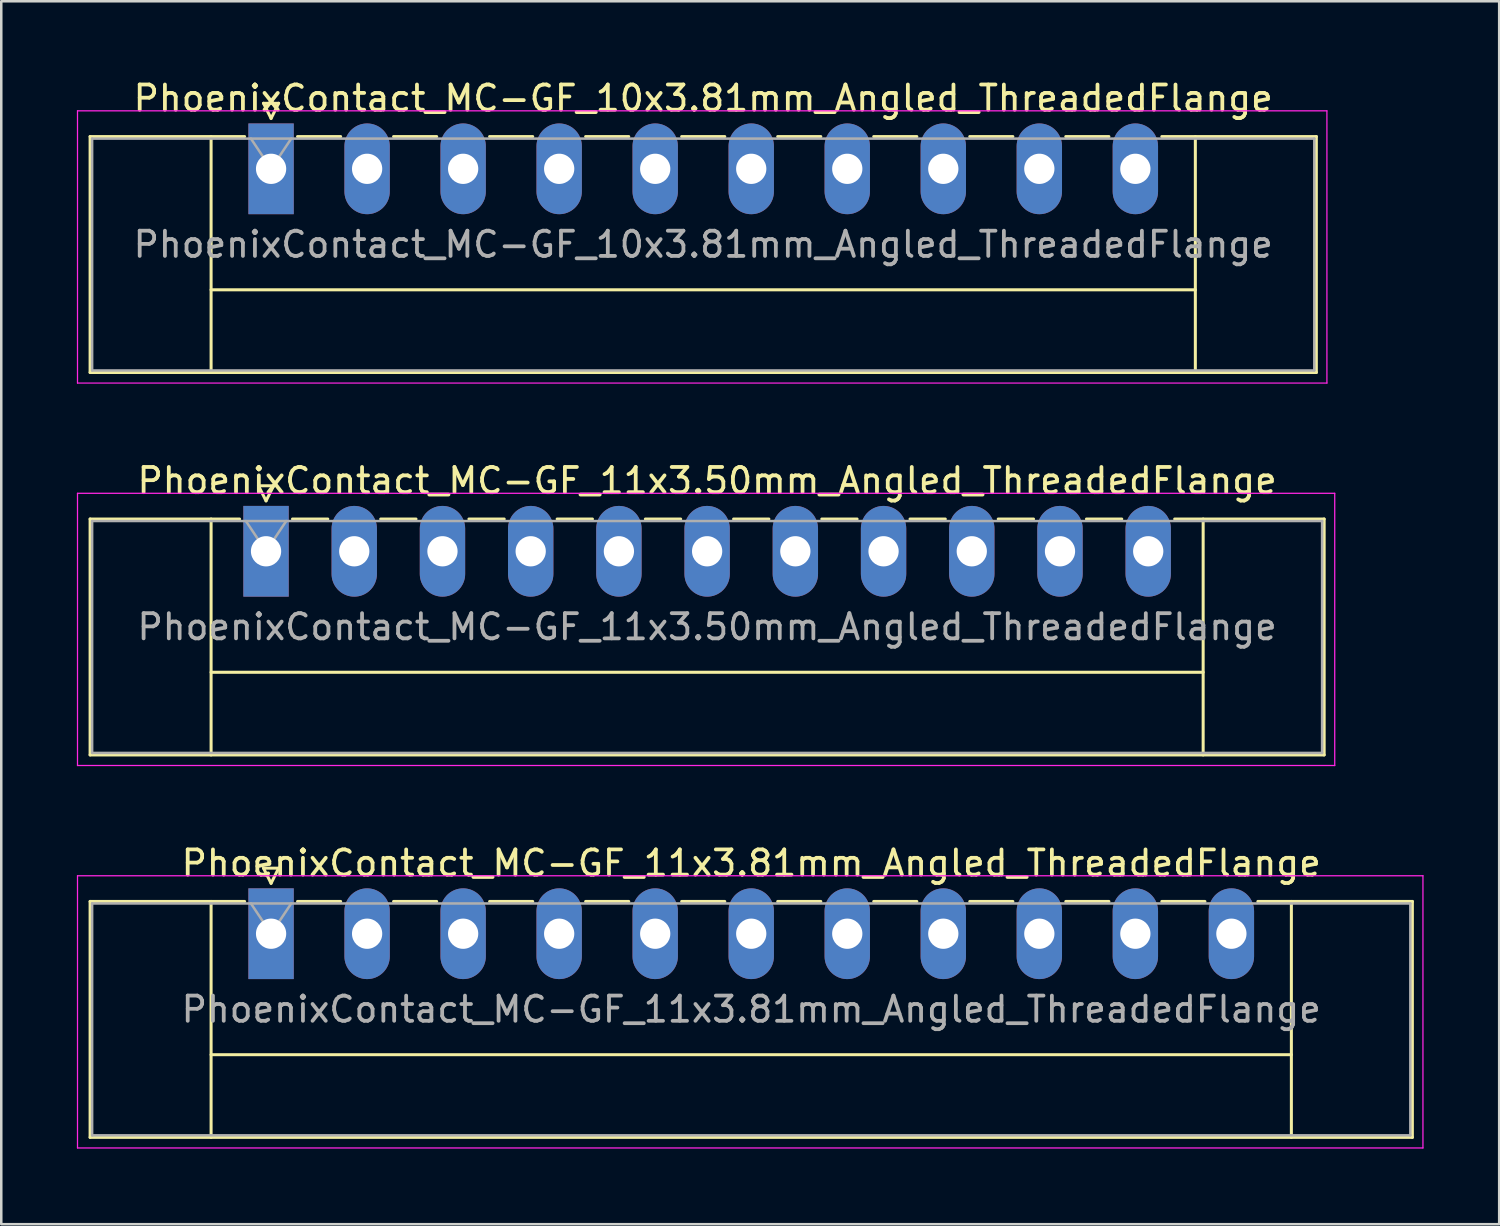
<source format=kicad_pcb>
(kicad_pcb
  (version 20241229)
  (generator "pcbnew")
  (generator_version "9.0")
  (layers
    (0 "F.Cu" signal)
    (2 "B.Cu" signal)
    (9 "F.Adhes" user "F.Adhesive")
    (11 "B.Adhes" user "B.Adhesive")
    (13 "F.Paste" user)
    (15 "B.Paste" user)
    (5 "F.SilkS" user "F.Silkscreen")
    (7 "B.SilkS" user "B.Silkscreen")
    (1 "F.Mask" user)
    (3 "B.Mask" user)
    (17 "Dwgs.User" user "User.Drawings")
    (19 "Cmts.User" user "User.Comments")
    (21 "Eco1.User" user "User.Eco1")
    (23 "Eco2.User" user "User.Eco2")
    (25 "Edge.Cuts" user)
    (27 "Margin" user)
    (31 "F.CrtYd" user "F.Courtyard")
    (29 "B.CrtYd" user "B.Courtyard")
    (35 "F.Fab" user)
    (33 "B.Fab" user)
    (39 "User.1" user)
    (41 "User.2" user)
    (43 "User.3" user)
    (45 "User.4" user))
  (footprint "PhoenixContact_MC-GF_10x3.81mm_Angled_ThreadedFlange"
    (layer "F.Cu")
    (at 7.705 3.648)
    (property "Reference" "PhoenixContact_MC-GF_10x3.81mm_Angled_ThreadedFlange" (at 17.145 -2.8 0) (layer "F.SilkS") (effects (font (size 1 1) (thickness 0.15))))
    (attr through_hole)
    (fp_line (start -7.18 -1.28) (end -7.18 8.08) (stroke (width 0.12) (type solid)) (layer "F.SilkS"))
    (fp_line (start -7.18 -1.28) (end -1.05 -1.28) (stroke (width 0.12) (type solid)) (layer "F.SilkS"))
    (fp_line (start -7.18 8.08) (end 41.47 8.08) (stroke (width 0.12) (type solid)) (layer "F.SilkS"))
    (fp_line (start -2.38 -1.28) (end -2.38 8.08) (stroke (width 0.12) (type solid)) (layer "F.SilkS"))
    (fp_line (start -2.38 4.8) (end 36.67 4.8) (stroke (width 0.12) (type solid)) (layer "F.SilkS"))
    (fp_line (start -0.3 -2.6) (end 0.3 -2.6) (stroke (width 0.12) (type solid)) (layer "F.SilkS"))
    (fp_line (start 0 -2) (end -0.3 -2.6) (stroke (width 0.12) (type solid)) (layer "F.SilkS"))
    (fp_line (start 0.3 -2.6) (end 0 -2) (stroke (width 0.12) (type solid)) (layer "F.SilkS"))
    (fp_line (start 1.05 -1.28) (end 2.76 -1.28) (stroke (width 0.12) (type solid)) (layer "F.SilkS"))
    (fp_line (start 4.86 -1.28) (end 6.57 -1.28) (stroke (width 0.12) (type solid)) (layer "F.SilkS"))
    (fp_line (start 8.67 -1.28) (end 10.38 -1.28) (stroke (width 0.12) (type solid)) (layer "F.SilkS"))
    (fp_line (start 12.48 -1.28) (end 14.19 -1.28) (stroke (width 0.12) (type solid)) (layer "F.SilkS"))
    (fp_line (start 16.29 -1.28) (end 18 -1.28) (stroke (width 0.12) (type solid)) (layer "F.SilkS"))
    (fp_line (start 20.1 -1.28) (end 21.81 -1.28) (stroke (width 0.12) (type solid)) (layer "F.SilkS"))
    (fp_line (start 23.91 -1.28) (end 25.62 -1.28) (stroke (width 0.12) (type solid)) (layer "F.SilkS"))
    (fp_line (start 27.72 -1.28) (end 29.43 -1.28) (stroke (width 0.12) (type solid)) (layer "F.SilkS"))
    (fp_line (start 31.53 -1.28) (end 33.24 -1.28) (stroke (width 0.12) (type solid)) (layer "F.SilkS"))
    (fp_line (start 36.67 -1.28) (end 36.67 8.08) (stroke (width 0.12) (type solid)) (layer "F.SilkS"))
    (fp_line (start 41.47 -1.28) (end 35.34 -1.28) (stroke (width 0.12) (type solid)) (layer "F.SilkS"))
    (fp_line (start 41.47 8.08) (end 41.47 -1.28) (stroke (width 0.12) (type solid)) (layer "F.SilkS"))
    (fp_line (start -7.68 -2.3) (end -7.68 8.5) (stroke (width 0.05) (type solid)) (layer "F.CrtYd"))
    (fp_line (start -7.68 8.5) (end 41.89 8.5) (stroke (width 0.05) (type solid)) (layer "F.CrtYd"))
    (fp_line (start 41.89 -2.3) (end -7.68 -2.3) (stroke (width 0.05) (type solid)) (layer "F.CrtYd"))
    (fp_line (start 41.89 8.5) (end 41.89 -2.3) (stroke (width 0.05) (type solid)) (layer "F.CrtYd"))
    (fp_line (start -7.1 -1.2) (end -7.1 8) (stroke (width 0.1) (type solid)) (layer "F.Fab"))
    (fp_line (start -7.1 8) (end 41.39 8) (stroke (width 0.1) (type solid)) (layer "F.Fab"))
    (fp_line (start 0 0) (end -0.8 -1.2) (stroke (width 0.1) (type solid)) (layer "F.Fab"))
    (fp_line (start 0.8 -1.2) (end 0 0) (stroke (width 0.1) (type solid)) (layer "F.Fab"))
    (fp_line (start 41.39 -1.2) (end -7.1 -1.2) (stroke (width 0.1) (type solid)) (layer "F.Fab"))
    (fp_line (start 41.39 8) (end 41.39 -1.2) (stroke (width 0.1) (type solid)) (layer "F.Fab"))
    (fp_text user "${REFERENCE}" (at 17.145 3 0) (layer "F.Fab") (effects (font (size 1 1) (thickness 0.15))))
    (pad "1" thru_hole rect (at 0 0) (size 1.8 3.6) (drill 1.2) (layers "*.Cu" "*.Mask"))
    (pad "2" thru_hole oval (at 3.81 0) (size 1.8 3.6) (drill 1.2) (layers "*.Cu" "*.Mask"))
    (pad "3" thru_hole oval (at 7.62 0) (size 1.8 3.6) (drill 1.2) (layers "*.Cu" "*.Mask"))
    (pad "4" thru_hole oval (at 11.43 0) (size 1.8 3.6) (drill 1.2) (layers "*.Cu" "*.Mask"))
    (pad "5" thru_hole oval (at 15.24 0) (size 1.8 3.6) (drill 1.2) (layers "*.Cu" "*.Mask"))
    (pad "6" thru_hole oval (at 19.05 0) (size 1.8 3.6) (drill 1.2) (layers "*.Cu" "*.Mask"))
    (pad "7" thru_hole oval (at 22.86 0) (size 1.8 3.6) (drill 1.2) (layers "*.Cu" "*.Mask"))
    (pad "8" thru_hole oval (at 26.67 0) (size 1.8 3.6) (drill 1.2) (layers "*.Cu" "*.Mask"))
    (pad "9" thru_hole oval (at 30.48 0) (size 1.8 3.6) (drill 1.2) (layers "*.Cu" "*.Mask"))
    (pad "10" thru_hole oval (at 34.29 0) (size 1.8 3.6) (drill 1.2) (layers "*.Cu" "*.Mask")))
  (footprint "PhoenixContact_MC-GF_11x3.50mm_Angled_ThreadedFlange"
    (layer "F.Cu")
    (at 7.505 18.822)
    (property "Reference" "PhoenixContact_MC-GF_11x3.50mm_Angled_ThreadedFlange" (at 17.5 -2.8 0) (layer "F.SilkS") (effects (font (size 1 1) (thickness 0.15))))
    (attr through_hole)
    (fp_line (start -6.98 -1.28) (end -6.98 8.08) (stroke (width 0.12) (type solid)) (layer "F.SilkS"))
    (fp_line (start -6.98 -1.28) (end -1.05 -1.28) (stroke (width 0.12) (type solid)) (layer "F.SilkS"))
    (fp_line (start -6.98 8.08) (end 41.98 8.08) (stroke (width 0.12) (type solid)) (layer "F.SilkS"))
    (fp_line (start -2.18 -1.28) (end -2.18 8.08) (stroke (width 0.12) (type solid)) (layer "F.SilkS"))
    (fp_line (start -2.18 4.8) (end 37.18 4.8) (stroke (width 0.12) (type solid)) (layer "F.SilkS"))
    (fp_line (start -0.3 -2.6) (end 0.3 -2.6) (stroke (width 0.12) (type solid)) (layer "F.SilkS"))
    (fp_line (start 0 -2) (end -0.3 -2.6) (stroke (width 0.12) (type solid)) (layer "F.SilkS"))
    (fp_line (start 0.3 -2.6) (end 0 -2) (stroke (width 0.12) (type solid)) (layer "F.SilkS"))
    (fp_line (start 1.05 -1.28) (end 2.45 -1.28) (stroke (width 0.12) (type solid)) (layer "F.SilkS"))
    (fp_line (start 4.55 -1.28) (end 5.95 -1.28) (stroke (width 0.12) (type solid)) (layer "F.SilkS"))
    (fp_line (start 8.05 -1.28) (end 9.45 -1.28) (stroke (width 0.12) (type solid)) (layer "F.SilkS"))
    (fp_line (start 11.55 -1.28) (end 12.95 -1.28) (stroke (width 0.12) (type solid)) (layer "F.SilkS"))
    (fp_line (start 15.05 -1.28) (end 16.45 -1.28) (stroke (width 0.12) (type solid)) (layer "F.SilkS"))
    (fp_line (start 18.55 -1.28) (end 19.95 -1.28) (stroke (width 0.12) (type solid)) (layer "F.SilkS"))
    (fp_line (start 22.05 -1.28) (end 23.45 -1.28) (stroke (width 0.12) (type solid)) (layer "F.SilkS"))
    (fp_line (start 25.55 -1.28) (end 26.95 -1.28) (stroke (width 0.12) (type solid)) (layer "F.SilkS"))
    (fp_line (start 29.05 -1.28) (end 30.45 -1.28) (stroke (width 0.12) (type solid)) (layer "F.SilkS"))
    (fp_line (start 32.55 -1.28) (end 33.95 -1.28) (stroke (width 0.12) (type solid)) (layer "F.SilkS"))
    (fp_line (start 37.18 -1.28) (end 37.18 8.08) (stroke (width 0.12) (type solid)) (layer "F.SilkS"))
    (fp_line (start 41.98 -1.28) (end 36.05 -1.28) (stroke (width 0.12) (type solid)) (layer "F.SilkS"))
    (fp_line (start 41.98 8.08) (end 41.98 -1.28) (stroke (width 0.12) (type solid)) (layer "F.SilkS"))
    (fp_line (start -7.48 -2.3) (end -7.48 8.5) (stroke (width 0.05) (type solid)) (layer "F.CrtYd"))
    (fp_line (start -7.48 8.5) (end 42.4 8.5) (stroke (width 0.05) (type solid)) (layer "F.CrtYd"))
    (fp_line (start 42.4 -2.3) (end -7.48 -2.3) (stroke (width 0.05) (type solid)) (layer "F.CrtYd"))
    (fp_line (start 42.4 8.5) (end 42.4 -2.3) (stroke (width 0.05) (type solid)) (layer "F.CrtYd"))
    (fp_line (start -6.9 -1.2) (end -6.9 8) (stroke (width 0.1) (type solid)) (layer "F.Fab"))
    (fp_line (start -6.9 8) (end 41.9 8) (stroke (width 0.1) (type solid)) (layer "F.Fab"))
    (fp_line (start 0 0) (end -0.8 -1.2) (stroke (width 0.1) (type solid)) (layer "F.Fab"))
    (fp_line (start 0.8 -1.2) (end 0 0) (stroke (width 0.1) (type solid)) (layer "F.Fab"))
    (fp_line (start 41.9 -1.2) (end -6.9 -1.2) (stroke (width 0.1) (type solid)) (layer "F.Fab"))
    (fp_line (start 41.9 8) (end 41.9 -1.2) (stroke (width 0.1) (type solid)) (layer "F.Fab"))
    (fp_text user "${REFERENCE}" (at 17.5 3 0) (layer "F.Fab") (effects (font (size 1 1) (thickness 0.15))))
    (pad "1" thru_hole rect (at 0 0) (size 1.8 3.6) (drill 1.2) (layers "*.Cu" "*.Mask"))
    (pad "2" thru_hole oval (at 3.5 0) (size 1.8 3.6) (drill 1.2) (layers "*.Cu" "*.Mask"))
    (pad "3" thru_hole oval (at 7 0) (size 1.8 3.6) (drill 1.2) (layers "*.Cu" "*.Mask"))
    (pad "4" thru_hole oval (at 10.5 0) (size 1.8 3.6) (drill 1.2) (layers "*.Cu" "*.Mask"))
    (pad "5" thru_hole oval (at 14 0) (size 1.8 3.6) (drill 1.2) (layers "*.Cu" "*.Mask"))
    (pad "6" thru_hole oval (at 17.5 0) (size 1.8 3.6) (drill 1.2) (layers "*.Cu" "*.Mask"))
    (pad "7" thru_hole oval (at 21 0) (size 1.8 3.6) (drill 1.2) (layers "*.Cu" "*.Mask"))
    (pad "8" thru_hole oval (at 24.5 0) (size 1.8 3.6) (drill 1.2) (layers "*.Cu" "*.Mask"))
    (pad "9" thru_hole oval (at 28 0) (size 1.8 3.6) (drill 1.2) (layers "*.Cu" "*.Mask"))
    (pad "10" thru_hole oval (at 31.5 0) (size 1.8 3.6) (drill 1.2) (layers "*.Cu" "*.Mask"))
    (pad "11" thru_hole oval (at 35 0) (size 1.8 3.6) (drill 1.2) (layers "*.Cu" "*.Mask")))
  (footprint "PhoenixContact_MC-GF_11x3.81mm_Angled_ThreadedFlange"
    (layer "F.Cu")
    (at 7.705 33.995)
    (property "Reference" "PhoenixContact_MC-GF_11x3.81mm_Angled_ThreadedFlange" (at 19.05 -2.8 0) (layer "F.SilkS") (effects (font (size 1 1) (thickness 0.15))))
    (attr through_hole)
    (fp_line (start -7.18 -1.28) (end -7.18 8.08) (stroke (width 0.12) (type solid)) (layer "F.SilkS"))
    (fp_line (start -7.18 -1.28) (end -1.05 -1.28) (stroke (width 0.12) (type solid)) (layer "F.SilkS"))
    (fp_line (start -7.18 8.08) (end 45.28 8.08) (stroke (width 0.12) (type solid)) (layer "F.SilkS"))
    (fp_line (start -2.38 -1.28) (end -2.38 8.08) (stroke (width 0.12) (type solid)) (layer "F.SilkS"))
    (fp_line (start -2.38 4.8) (end 40.48 4.8) (stroke (width 0.12) (type solid)) (layer "F.SilkS"))
    (fp_line (start -0.3 -2.6) (end 0.3 -2.6) (stroke (width 0.12) (type solid)) (layer "F.SilkS"))
    (fp_line (start 0 -2) (end -0.3 -2.6) (stroke (width 0.12) (type solid)) (layer "F.SilkS"))
    (fp_line (start 0.3 -2.6) (end 0 -2) (stroke (width 0.12) (type solid)) (layer "F.SilkS"))
    (fp_line (start 1.05 -1.28) (end 2.76 -1.28) (stroke (width 0.12) (type solid)) (layer "F.SilkS"))
    (fp_line (start 4.86 -1.28) (end 6.57 -1.28) (stroke (width 0.12) (type solid)) (layer "F.SilkS"))
    (fp_line (start 8.67 -1.28) (end 10.38 -1.28) (stroke (width 0.12) (type solid)) (layer "F.SilkS"))
    (fp_line (start 12.48 -1.28) (end 14.19 -1.28) (stroke (width 0.12) (type solid)) (layer "F.SilkS"))
    (fp_line (start 16.29 -1.28) (end 18 -1.28) (stroke (width 0.12) (type solid)) (layer "F.SilkS"))
    (fp_line (start 20.1 -1.28) (end 21.81 -1.28) (stroke (width 0.12) (type solid)) (layer "F.SilkS"))
    (fp_line (start 23.91 -1.28) (end 25.62 -1.28) (stroke (width 0.12) (type solid)) (layer "F.SilkS"))
    (fp_line (start 27.72 -1.28) (end 29.43 -1.28) (stroke (width 0.12) (type solid)) (layer "F.SilkS"))
    (fp_line (start 31.53 -1.28) (end 33.24 -1.28) (stroke (width 0.12) (type solid)) (layer "F.SilkS"))
    (fp_line (start 35.34 -1.28) (end 37.05 -1.28) (stroke (width 0.12) (type solid)) (layer "F.SilkS"))
    (fp_line (start 40.48 -1.28) (end 40.48 8.08) (stroke (width 0.12) (type solid)) (layer "F.SilkS"))
    (fp_line (start 45.28 -1.28) (end 39.15 -1.28) (stroke (width 0.12) (type solid)) (layer "F.SilkS"))
    (fp_line (start 45.28 8.08) (end 45.28 -1.28) (stroke (width 0.12) (type solid)) (layer "F.SilkS"))
    (fp_line (start -7.68 -2.3) (end -7.68 8.5) (stroke (width 0.05) (type solid)) (layer "F.CrtYd"))
    (fp_line (start -7.68 8.5) (end 45.7 8.5) (stroke (width 0.05) (type solid)) (layer "F.CrtYd"))
    (fp_line (start 45.7 -2.3) (end -7.68 -2.3) (stroke (width 0.05) (type solid)) (layer "F.CrtYd"))
    (fp_line (start 45.7 8.5) (end 45.7 -2.3) (stroke (width 0.05) (type solid)) (layer "F.CrtYd"))
    (fp_line (start -7.1 -1.2) (end -7.1 8) (stroke (width 0.1) (type solid)) (layer "F.Fab"))
    (fp_line (start -7.1 8) (end 45.2 8) (stroke (width 0.1) (type solid)) (layer "F.Fab"))
    (fp_line (start 0 0) (end -0.8 -1.2) (stroke (width 0.1) (type solid)) (layer "F.Fab"))
    (fp_line (start 0.8 -1.2) (end 0 0) (stroke (width 0.1) (type solid)) (layer "F.Fab"))
    (fp_line (start 45.2 -1.2) (end -7.1 -1.2) (stroke (width 0.1) (type solid)) (layer "F.Fab"))
    (fp_line (start 45.2 8) (end 45.2 -1.2) (stroke (width 0.1) (type solid)) (layer "F.Fab"))
    (fp_text user "${REFERENCE}" (at 19.05 3 0) (layer "F.Fab") (effects (font (size 1 1) (thickness 0.15))))
    (pad "1" thru_hole rect (at 0 0) (size 1.8 3.6) (drill 1.2) (layers "*.Cu" "*.Mask"))
    (pad "2" thru_hole oval (at 3.81 0) (size 1.8 3.6) (drill 1.2) (layers "*.Cu" "*.Mask"))
    (pad "3" thru_hole oval (at 7.62 0) (size 1.8 3.6) (drill 1.2) (layers "*.Cu" "*.Mask"))
    (pad "4" thru_hole oval (at 11.43 0) (size 1.8 3.6) (drill 1.2) (layers "*.Cu" "*.Mask"))
    (pad "5" thru_hole oval (at 15.24 0) (size 1.8 3.6) (drill 1.2) (layers "*.Cu" "*.Mask"))
    (pad "6" thru_hole oval (at 19.05 0) (size 1.8 3.6) (drill 1.2) (layers "*.Cu" "*.Mask"))
    (pad "7" thru_hole oval (at 22.86 0) (size 1.8 3.6) (drill 1.2) (layers "*.Cu" "*.Mask"))
    (pad "8" thru_hole oval (at 26.67 0) (size 1.8 3.6) (drill 1.2) (layers "*.Cu" "*.Mask"))
    (pad "9" thru_hole oval (at 30.48 0) (size 1.8 3.6) (drill 1.2) (layers "*.Cu" "*.Mask"))
    (pad "10" thru_hole oval (at 34.29 0) (size 1.8 3.6) (drill 1.2) (layers "*.Cu" "*.Mask"))
    (pad "11" thru_hole oval (at 38.1 0) (size 1.8 3.6) (drill 1.2) (layers "*.Cu" "*.Mask")))
  (gr_rect
    (start -3 -3)
    (end 56.43 45.52)
    (stroke (width 0.1) (type default))
    (fill no)
    (layer "Edge.Cuts")))
</source>
